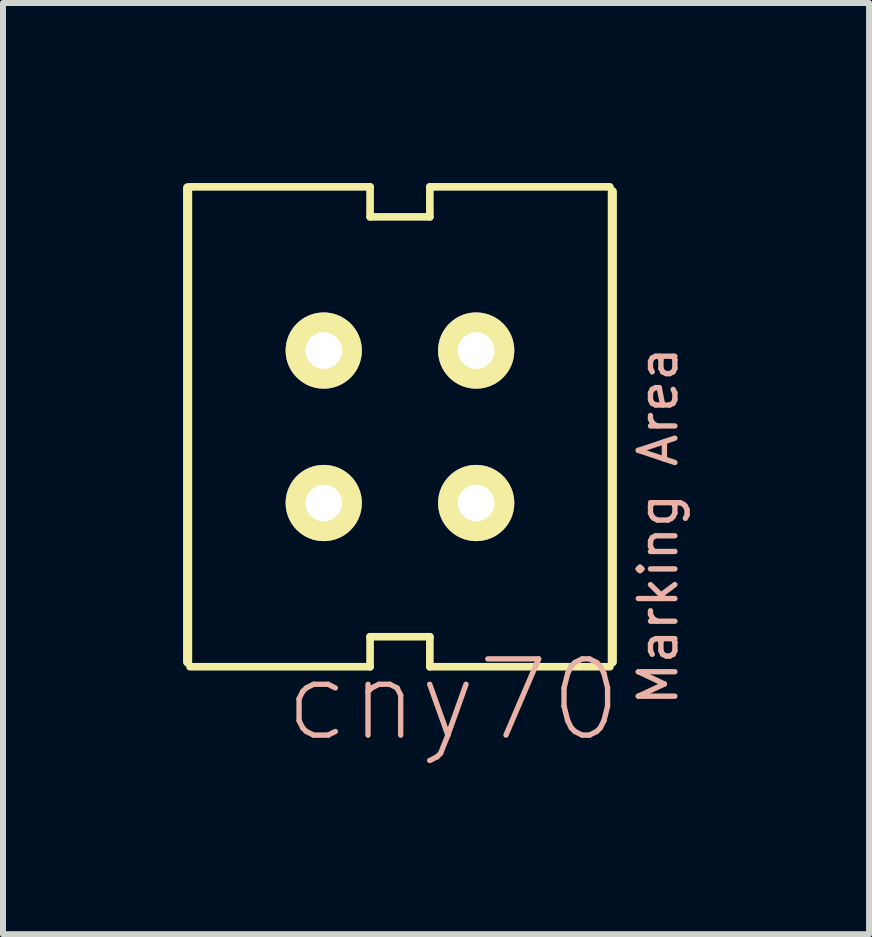
<source format=kicad_pcb>
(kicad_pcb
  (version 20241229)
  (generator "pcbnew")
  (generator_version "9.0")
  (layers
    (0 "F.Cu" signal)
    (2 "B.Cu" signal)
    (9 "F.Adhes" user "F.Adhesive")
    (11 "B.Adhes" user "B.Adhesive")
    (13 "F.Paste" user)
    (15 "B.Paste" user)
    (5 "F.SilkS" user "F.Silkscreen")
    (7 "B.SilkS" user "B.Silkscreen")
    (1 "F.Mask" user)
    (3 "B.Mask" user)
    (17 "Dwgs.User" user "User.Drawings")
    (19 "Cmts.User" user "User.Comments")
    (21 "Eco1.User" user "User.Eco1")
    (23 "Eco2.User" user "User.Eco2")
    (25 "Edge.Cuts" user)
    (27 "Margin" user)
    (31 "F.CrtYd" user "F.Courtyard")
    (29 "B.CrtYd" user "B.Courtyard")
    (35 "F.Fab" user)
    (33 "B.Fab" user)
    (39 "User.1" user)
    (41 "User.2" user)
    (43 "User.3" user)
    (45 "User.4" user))
  (footprint "cny70"
    (layer "F.Cu")
    (at 3.614 4.061)
    (property "Reference" "cny70" (at 0.889 4.554 0) (layer "B.SilkS") (effects (font (size 1.27 1.27) (thickness 0.089))))
    (attr exclude_from_pos_files exclude_from_bom)
    (fp_line (start -3.538 3.919) (end -3.538 -3.983) (stroke (width 0.152) (type solid)) (layer "F.SilkS"))
    (fp_line (start -0.498 -3.998) (end -3.498 -3.998) (stroke (width 0.127) (type solid)) (layer "F.SilkS"))
    (fp_line (start -0.498 -3.998) (end -0.498 -3.498) (stroke (width 0.127) (type solid)) (layer "F.SilkS"))
    (fp_line (start -0.498 -3.498) (end 0.498 -3.498) (stroke (width 0.127) (type solid)) (layer "F.SilkS"))
    (fp_line (start -0.498 3.498) (end 0.498 3.498) (stroke (width 0.127) (type solid)) (layer "F.SilkS"))
    (fp_line (start -0.498 3.998) (end -3.498 3.998) (stroke (width 0.127) (type solid)) (layer "F.SilkS"))
    (fp_line (start -0.498 3.998) (end -0.498 3.498) (stroke (width 0.127) (type solid)) (layer "F.SilkS"))
    (fp_line (start 0.498 -3.998) (end 3.498 -3.998) (stroke (width 0.127) (type solid)) (layer "F.SilkS"))
    (fp_line (start 0.498 -3.498) (end 0.498 -3.998) (stroke (width 0.127) (type solid)) (layer "F.SilkS"))
    (fp_line (start 0.498 3.498) (end 0.498 3.998) (stroke (width 0.127) (type solid)) (layer "F.SilkS"))
    (fp_line (start 0.498 3.998) (end 3.498 3.998) (stroke (width 0.127) (type solid)) (layer "F.SilkS"))
    (fp_line (start 3.538 -3.919) (end 3.538 3.919) (stroke (width 0.152) (type solid)) (layer "F.SilkS"))
    (fp_text user "Marking Area" (at 4.303 1.656 270) (layer "B.SilkS") (effects (font (size 0.61 0.61) (thickness 0.089))))
    (pad "A" thru_hole circle (at -1.27 -1.27) (size 1.27 1.27) (drill 0.61) (layers "*.Cu" "F.Mask" "F.SilkS" "F.Paste"))
    (pad "C" thru_hole circle (at 1.27 1.27) (size 1.27 1.27) (drill 0.61) (layers "*.Cu" "F.Mask" "F.SilkS" "F.Paste"))
    (pad "E" thru_hole circle (at 1.27 -1.27) (size 1.27 1.27) (drill 0.61) (layers "*.Cu" "F.Mask" "F.SilkS" "F.Paste"))
    (pad "K" thru_hole circle (at -1.27 1.27) (size 1.27 1.27) (drill 0.61) (layers "*.Cu" "F.Mask" "F.SilkS" "F.Paste")))
  (gr_rect
    (start -3 -3)
    (end 11.43 12.515)
    (stroke (width 0.1) (type default))
    (fill no)
    (layer "Edge.Cuts")))
</source>
